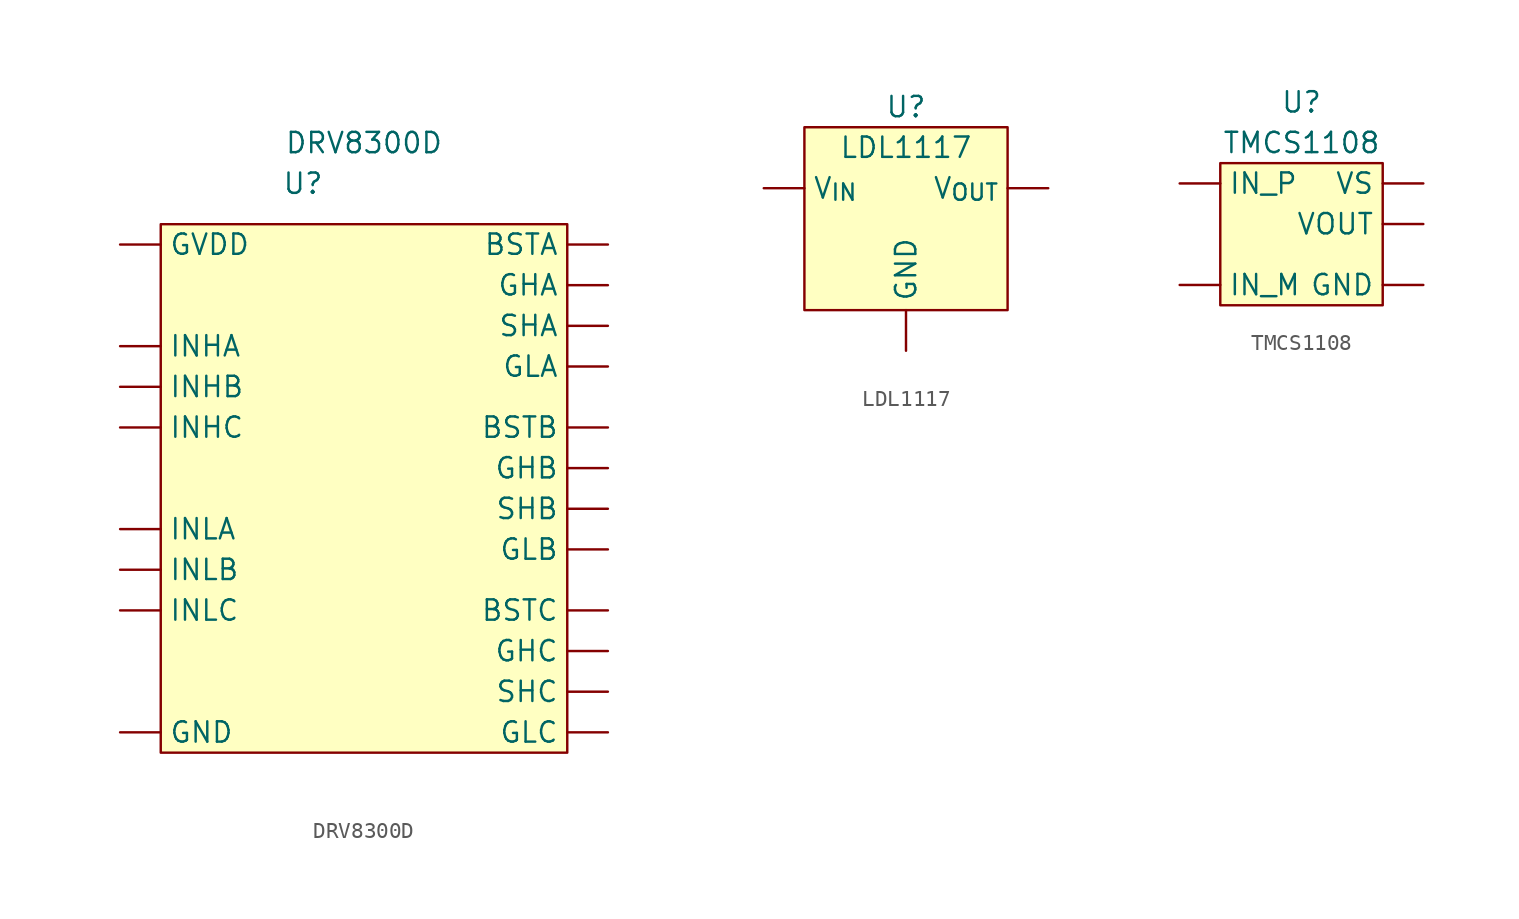
<source format=kicad_sym>
(kicad_symbol_lib
  (version 20211014)
  (generator kicad_symbol_editor)
  (symbol "DRV8300D"
    (pin_numbers hide)
    (property "Reference" "U"
      (at -3.81 11.43 0)
      (effects (font (size 1.27 1.27))))
    (property "Value" "DRV8300D"
      (at 0 13.97 0)
      (effects (font (size 1.27 1.27))))
    (symbol "DRV8300D_0_1"
      (rectangle (start -12.7 8.89) (end 12.7 -24.13) (stroke (width 0) (type default) (color 0 0 0 0)) (fill (type background))))
    (symbol "DRV8300D_1_1"
      (pin input line (at -15.24 1.27 0) (length 2.54) (name "INHA" (effects (font (size 1.27 1.27)))) (number "1" (effects (font (size 1.27 1.27)))))
      (pin input line (at 15.24 -11.43 180) (length 2.54) (name "GLB" (effects (font (size 1.27 1.27)))) (number "10" (effects (font (size 1.27 1.27)))))
      (pin input line (at 15.24 0 180) (length 2.54) (name "GLA" (effects (font (size 1.27 1.27)))) (number "11" (effects (font (size 1.27 1.27)))))
      (pin input line (at 15.24 -20.32 180) (length 2.54) (name "SHC" (effects (font (size 1.27 1.27)))) (number "12" (effects (font (size 1.27 1.27)))))
      (pin input line (at 15.24 -17.78 180) (length 2.54) (name "GHC" (effects (font (size 1.27 1.27)))) (number "13" (effects (font (size 1.27 1.27)))))
      (pin input line (at 15.24 -15.24 180) (length 2.54) (name "BSTC" (effects (font (size 1.27 1.27)))) (number "14" (effects (font (size 1.27 1.27)))))
      (pin input line (at 15.24 -8.89 180) (length 2.54) (name "SHB" (effects (font (size 1.27 1.27)))) (number "15" (effects (font (size 1.27 1.27)))))
      (pin input line (at 15.24 -6.35 180) (length 2.54) (name "GHB" (effects (font (size 1.27 1.27)))) (number "16" (effects (font (size 1.27 1.27)))))
      (pin input line (at 15.24 -3.81 180) (length 2.54) (name "BSTB" (effects (font (size 1.27 1.27)))) (number "17" (effects (font (size 1.27 1.27)))))
      (pin input line (at 15.24 2.54 180) (length 2.54) (name "SHA" (effects (font (size 1.27 1.27)))) (number "18" (effects (font (size 1.27 1.27)))))
      (pin input line (at -15.24 -1.27 0) (length 2.54) (name "INHB" (effects (font (size 1.27 1.27)))) (number "2" (effects (font (size 1.27 1.27)))))
      (pin input line (at 15.24 7.62 180) (length 2.54) (name "BSTA" (effects (font (size 1.27 1.27)))) (number "20" (effects (font (size 1.27 1.27)))))
      (pin input line (at 15.24 5.08 180) (length 2.54) (name "GHA" (effects (font (size 1.27 1.27)))) (number "29" (effects (font (size 1.27 1.27)))))
      (pin input line (at -15.24 -3.81 0) (length 2.54) (name "INHC" (effects (font (size 1.27 1.27)))) (number "3" (effects (font (size 1.27 1.27)))))
      (pin input line (at -15.24 -10.16 0) (length 2.54) (name "INLA" (effects (font (size 1.27 1.27)))) (number "4" (effects (font (size 1.27 1.27)))))
      (pin input line (at -15.24 -12.7 0) (length 2.54) (name "INLB" (effects (font (size 1.27 1.27)))) (number "5" (effects (font (size 1.27 1.27)))))
      (pin input line (at -15.24 -15.24 0) (length 2.54) (name "INLC" (effects (font (size 1.27 1.27)))) (number "6" (effects (font (size 1.27 1.27)))))
      (pin input line (at -15.24 7.62 0) (length 2.54) (name "GVDD" (effects (font (size 1.27 1.27)))) (number "7" (effects (font (size 1.27 1.27)))))
      (pin input line (at -15.24 -22.86 0) (length 2.54) (name "GND" (effects (font (size 1.27 1.27)))) (number "8" (effects (font (size 1.27 1.27)))))
      (pin input line (at 15.24 -22.86 180) (length 2.54) (name "GLC" (effects (font (size 1.27 1.27)))) (number "9" (effects (font (size 1.27 1.27)))))))
  (symbol "LDL1117"
    (property "Reference" "U"
      (at 0 7.62 0)
      (effects (font (size 1.27 1.27))))
    (property "Value" "LDL1117"
      (at 0 5.08 0)
      (effects (font (size 1.27 1.27))))
    (symbol "LDL1117_0_1"
      (rectangle (start -6.35 6.35) (end 6.35 -5.08) (stroke (width 0.152) (type default) (color 0 0 0 0)) (fill (type background))))
    (symbol "LDL1117_1_1"
      (pin input line (at 0 -7.62 90) (length 2.54) (name "GND" (effects (font (size 1.27 1.27)))) (number "" (effects (font (size 1.27 1.27)))))
      (pin input line (at -8.89 2.54 0) (length 2.54) (name "V_{IN}" (effects (font (size 1.27 1.27)))) (number "" (effects (font (size 1.27 1.27)))))
      (pin input line (at 8.89 2.54 180) (length 2.54) (name "V_{OUT}" (effects (font (size 1.27 1.27)))) (number "" (effects (font (size 1.27 1.27)))))))
  (symbol "TMCS1108"
    (pin_numbers hide)
    (property "Reference" "U"
      (at 0 7.62 0)
      (effects (font (size 1.27 1.27))))
    (property "Value" "TMCS1108"
      (at 0 5.08 0)
      (effects (font (size 1.27 1.27))))
    (symbol "TMCS1108_0_1"
      (rectangle (start 5.08 3.81) (end -5.08 -5.08) (stroke (width 0) (type default) (color 0 0 0 0)) (fill (type background))))
    (symbol "TMCS1108_1_1"
      (pin input line (at -7.62 2.54 0) (length 2.54) (name "IN_P" (effects (font (size 1.27 1.27)))) (number "1,2" (effects (font (size 1.27 1.27)))))
      (pin input line (at -7.62 -3.81 0) (length 2.54) (name "IN_M" (effects (font (size 1.27 1.27)))) (number "3,4" (effects (font (size 1.27 1.27)))))
      (pin input line (at 7.62 -3.81 180) (length 2.54) (name "GND" (effects (font (size 1.27 1.27)))) (number "5" (effects (font (size 1.27 1.27)))))
      (pin input line (at 7.62 0 180) (length 2.54) (name "VOUT" (effects (font (size 1.27 1.27)))) (number "7" (effects (font (size 1.27 1.27)))))
      (pin input line (at 7.62 2.54 180) (length 2.54) (name "VS" (effects (font (size 1.27 1.27)))) (number "8" (effects (font (size 1.27 1.27))))))))
</source>
